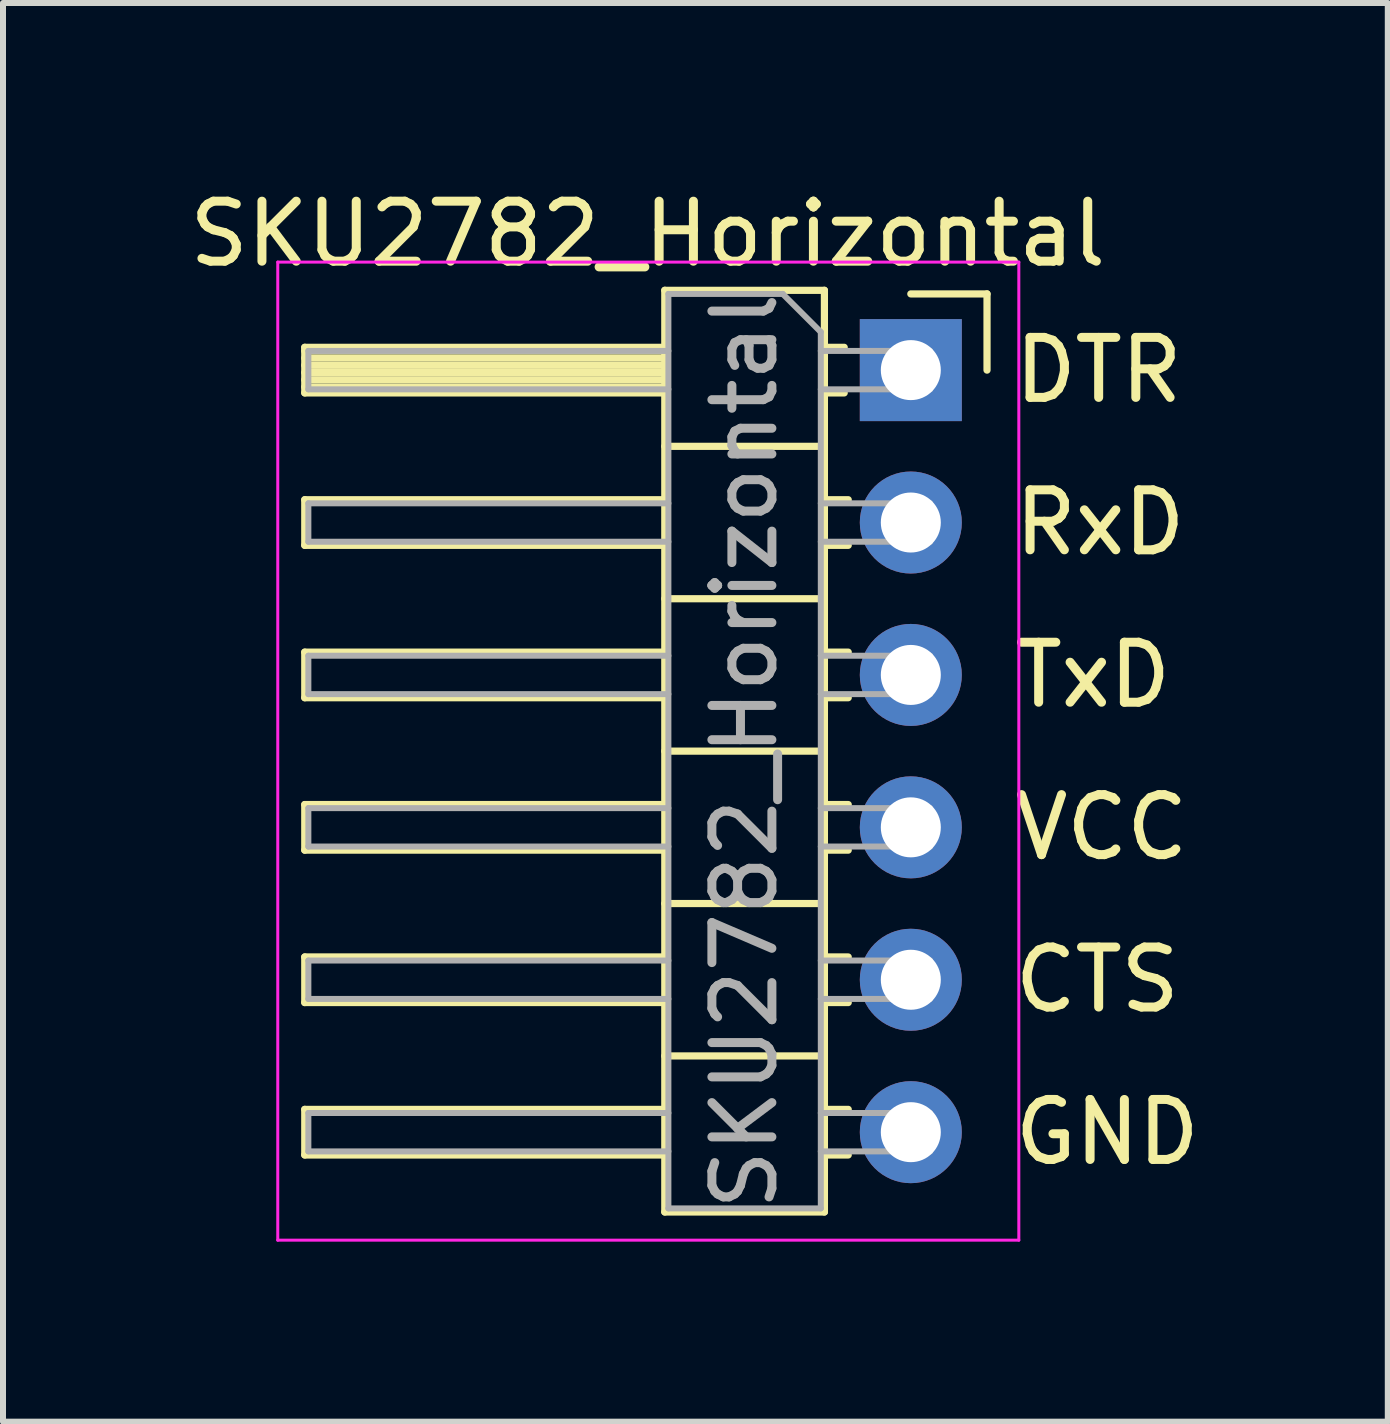
<source format=kicad_pcb>
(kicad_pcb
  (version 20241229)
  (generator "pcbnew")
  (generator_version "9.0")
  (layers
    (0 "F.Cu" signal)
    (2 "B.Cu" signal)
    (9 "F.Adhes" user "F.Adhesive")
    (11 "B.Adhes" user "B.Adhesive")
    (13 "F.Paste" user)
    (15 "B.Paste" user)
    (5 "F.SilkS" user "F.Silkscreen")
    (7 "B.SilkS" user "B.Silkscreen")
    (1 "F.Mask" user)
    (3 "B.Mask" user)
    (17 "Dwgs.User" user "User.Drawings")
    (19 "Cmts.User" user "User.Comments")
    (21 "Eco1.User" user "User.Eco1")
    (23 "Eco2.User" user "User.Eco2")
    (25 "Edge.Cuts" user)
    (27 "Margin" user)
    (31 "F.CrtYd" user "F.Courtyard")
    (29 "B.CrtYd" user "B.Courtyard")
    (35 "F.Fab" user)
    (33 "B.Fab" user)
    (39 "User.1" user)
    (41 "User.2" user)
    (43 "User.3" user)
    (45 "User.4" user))
  (footprint "SKU2782_Horizontal"
    (layer "F.Cu")
    (at 12.129 3.118)
    (property "Reference" "SKU2782_Horizontal" (at -4.385 -2.27 0) (layer "F.SilkS") (effects (font (size 1 1) (thickness 0.15))))
    (attr through_hole)
    (fp_line (start -10.1 -0.38) (end -10.1 0.38) (stroke (width 0.12) (type solid)) (layer "F.SilkS"))
    (fp_line (start -10.1 0.38) (end -4.1 0.38) (stroke (width 0.12) (type solid)) (layer "F.SilkS"))
    (fp_line (start -10.1 2.16) (end -10.1 2.92) (stroke (width 0.12) (type solid)) (layer "F.SilkS"))
    (fp_line (start -10.1 2.92) (end -4.1 2.92) (stroke (width 0.12) (type solid)) (layer "F.SilkS"))
    (fp_line (start -10.1 4.7) (end -10.1 5.46) (stroke (width 0.12) (type solid)) (layer "F.SilkS"))
    (fp_line (start -10.1 5.46) (end -4.1 5.46) (stroke (width 0.12) (type solid)) (layer "F.SilkS"))
    (fp_line (start -10.1 7.24) (end -10.1 8) (stroke (width 0.12) (type solid)) (layer "F.SilkS"))
    (fp_line (start -10.1 8) (end -4.1 8) (stroke (width 0.12) (type solid)) (layer "F.SilkS"))
    (fp_line (start -10.1 9.78) (end -10.1 10.54) (stroke (width 0.12) (type solid)) (layer "F.SilkS"))
    (fp_line (start -10.1 10.54) (end -4.1 10.54) (stroke (width 0.12) (type solid)) (layer "F.SilkS"))
    (fp_line (start -10.1 12.32) (end -10.1 13.08) (stroke (width 0.12) (type solid)) (layer "F.SilkS"))
    (fp_line (start -10.1 13.08) (end -4.1 13.08) (stroke (width 0.12) (type solid)) (layer "F.SilkS"))
    (fp_line (start -4.1 -1.33) (end -1.44 -1.33) (stroke (width 0.12) (type solid)) (layer "F.SilkS"))
    (fp_line (start -4.1 -0.38) (end -10.1 -0.38) (stroke (width 0.12) (type solid)) (layer "F.SilkS"))
    (fp_line (start -4.1 -0.32) (end -10.1 -0.32) (stroke (width 0.12) (type solid)) (layer "F.SilkS"))
    (fp_line (start -4.1 -0.2) (end -10.1 -0.2) (stroke (width 0.12) (type solid)) (layer "F.SilkS"))
    (fp_line (start -4.1 -0.08) (end -10.1 -0.08) (stroke (width 0.12) (type solid)) (layer "F.SilkS"))
    (fp_line (start -4.1 0.04) (end -10.1 0.04) (stroke (width 0.12) (type solid)) (layer "F.SilkS"))
    (fp_line (start -4.1 0.16) (end -10.1 0.16) (stroke (width 0.12) (type solid)) (layer "F.SilkS"))
    (fp_line (start -4.1 0.28) (end -10.1 0.28) (stroke (width 0.12) (type solid)) (layer "F.SilkS"))
    (fp_line (start -4.1 2.16) (end -10.1 2.16) (stroke (width 0.12) (type solid)) (layer "F.SilkS"))
    (fp_line (start -4.1 4.7) (end -10.1 4.7) (stroke (width 0.12) (type solid)) (layer "F.SilkS"))
    (fp_line (start -4.1 7.24) (end -10.1 7.24) (stroke (width 0.12) (type solid)) (layer "F.SilkS"))
    (fp_line (start -4.1 9.78) (end -10.1 9.78) (stroke (width 0.12) (type solid)) (layer "F.SilkS"))
    (fp_line (start -4.1 12.32) (end -10.1 12.32) (stroke (width 0.12) (type solid)) (layer "F.SilkS"))
    (fp_line (start -4.1 14.03) (end -4.1 -1.33) (stroke (width 0.12) (type solid)) (layer "F.SilkS"))
    (fp_line (start -1.44 -1.33) (end -1.44 14.03) (stroke (width 0.12) (type solid)) (layer "F.SilkS"))
    (fp_line (start -1.44 1.27) (end -4.1 1.27) (stroke (width 0.12) (type solid)) (layer "F.SilkS"))
    (fp_line (start -1.44 3.81) (end -4.1 3.81) (stroke (width 0.12) (type solid)) (layer "F.SilkS"))
    (fp_line (start -1.44 6.35) (end -4.1 6.35) (stroke (width 0.12) (type solid)) (layer "F.SilkS"))
    (fp_line (start -1.44 8.89) (end -4.1 8.89) (stroke (width 0.12) (type solid)) (layer "F.SilkS"))
    (fp_line (start -1.44 11.43) (end -4.1 11.43) (stroke (width 0.12) (type solid)) (layer "F.SilkS"))
    (fp_line (start -1.44 14.03) (end -4.1 14.03) (stroke (width 0.12) (type solid)) (layer "F.SilkS"))
    (fp_line (start -1.11 -0.38) (end -1.44 -0.38) (stroke (width 0.12) (type solid)) (layer "F.SilkS"))
    (fp_line (start -1.11 0.38) (end -1.44 0.38) (stroke (width 0.12) (type solid)) (layer "F.SilkS"))
    (fp_line (start -1.043 2.16) (end -1.44 2.16) (stroke (width 0.12) (type solid)) (layer "F.SilkS"))
    (fp_line (start -1.043 2.92) (end -1.44 2.92) (stroke (width 0.12) (type solid)) (layer "F.SilkS"))
    (fp_line (start -1.043 4.7) (end -1.44 4.7) (stroke (width 0.12) (type solid)) (layer "F.SilkS"))
    (fp_line (start -1.043 5.46) (end -1.44 5.46) (stroke (width 0.12) (type solid)) (layer "F.SilkS"))
    (fp_line (start -1.043 7.24) (end -1.44 7.24) (stroke (width 0.12) (type solid)) (layer "F.SilkS"))
    (fp_line (start -1.043 8) (end -1.44 8) (stroke (width 0.12) (type solid)) (layer "F.SilkS"))
    (fp_line (start -1.043 9.78) (end -1.44 9.78) (stroke (width 0.12) (type solid)) (layer "F.SilkS"))
    (fp_line (start -1.043 10.54) (end -1.44 10.54) (stroke (width 0.12) (type solid)) (layer "F.SilkS"))
    (fp_line (start -1.043 12.32) (end -1.44 12.32) (stroke (width 0.12) (type solid)) (layer "F.SilkS"))
    (fp_line (start -1.043 13.08) (end -1.44 13.08) (stroke (width 0.12) (type solid)) (layer "F.SilkS"))
    (fp_line (start 1.27 -1.27) (end 0 -1.27) (stroke (width 0.12) (type solid)) (layer "F.SilkS"))
    (fp_line (start 1.27 0) (end 1.27 -1.27) (stroke (width 0.12) (type solid)) (layer "F.SilkS"))
    (fp_line (start -10.55 -1.8) (end 1.8 -1.8) (stroke (width 0.05) (type solid)) (layer "F.CrtYd"))
    (fp_line (start -10.55 14.5) (end -10.55 -1.8) (stroke (width 0.05) (type solid)) (layer "F.CrtYd"))
    (fp_line (start 1.8 -1.8) (end 1.8 14.5) (stroke (width 0.05) (type solid)) (layer "F.CrtYd"))
    (fp_line (start 1.8 14.5) (end -10.55 14.5) (stroke (width 0.05) (type solid)) (layer "F.CrtYd"))
    (fp_line (start -10.04 -0.32) (end -10.04 0.32) (stroke (width 0.1) (type solid)) (layer "F.Fab"))
    (fp_line (start -10.04 2.22) (end -10.04 2.86) (stroke (width 0.1) (type solid)) (layer "F.Fab"))
    (fp_line (start -10.04 4.76) (end -10.04 5.4) (stroke (width 0.1) (type solid)) (layer "F.Fab"))
    (fp_line (start -10.04 7.3) (end -10.04 7.94) (stroke (width 0.1) (type solid)) (layer "F.Fab"))
    (fp_line (start -10.04 9.84) (end -10.04 10.48) (stroke (width 0.1) (type solid)) (layer "F.Fab"))
    (fp_line (start -10.04 12.38) (end -10.04 13.02) (stroke (width 0.1) (type solid)) (layer "F.Fab"))
    (fp_line (start -4.04 -1.27) (end -4.04 13.97) (stroke (width 0.1) (type solid)) (layer "F.Fab"))
    (fp_line (start -4.04 -0.32) (end -10.04 -0.32) (stroke (width 0.1) (type solid)) (layer "F.Fab"))
    (fp_line (start -4.04 0.32) (end -10.04 0.32) (stroke (width 0.1) (type solid)) (layer "F.Fab"))
    (fp_line (start -4.04 2.22) (end -10.04 2.22) (stroke (width 0.1) (type solid)) (layer "F.Fab"))
    (fp_line (start -4.04 2.86) (end -10.04 2.86) (stroke (width 0.1) (type solid)) (layer "F.Fab"))
    (fp_line (start -4.04 4.76) (end -10.04 4.76) (stroke (width 0.1) (type solid)) (layer "F.Fab"))
    (fp_line (start -4.04 5.4) (end -10.04 5.4) (stroke (width 0.1) (type solid)) (layer "F.Fab"))
    (fp_line (start -4.04 7.3) (end -10.04 7.3) (stroke (width 0.1) (type solid)) (layer "F.Fab"))
    (fp_line (start -4.04 7.94) (end -10.04 7.94) (stroke (width 0.1) (type solid)) (layer "F.Fab"))
    (fp_line (start -4.04 9.84) (end -10.04 9.84) (stroke (width 0.1) (type solid)) (layer "F.Fab"))
    (fp_line (start -4.04 10.48) (end -10.04 10.48) (stroke (width 0.1) (type solid)) (layer "F.Fab"))
    (fp_line (start -4.04 12.38) (end -10.04 12.38) (stroke (width 0.1) (type solid)) (layer "F.Fab"))
    (fp_line (start -4.04 13.02) (end -10.04 13.02) (stroke (width 0.1) (type solid)) (layer "F.Fab"))
    (fp_line (start -4.04 13.97) (end -1.5 13.97) (stroke (width 0.1) (type solid)) (layer "F.Fab"))
    (fp_line (start -2.135 -1.27) (end -4.04 -1.27) (stroke (width 0.1) (type solid)) (layer "F.Fab"))
    (fp_line (start -1.5 -0.635) (end -2.135 -1.27) (stroke (width 0.1) (type solid)) (layer "F.Fab"))
    (fp_line (start -1.5 13.97) (end -1.5 -0.635) (stroke (width 0.1) (type solid)) (layer "F.Fab"))
    (fp_line (start 0.32 -0.32) (end -1.5 -0.32) (stroke (width 0.1) (type solid)) (layer "F.Fab"))
    (fp_line (start 0.32 -0.32) (end 0.32 0.32) (stroke (width 0.1) (type solid)) (layer "F.Fab"))
    (fp_line (start 0.32 0.32) (end -1.5 0.32) (stroke (width 0.1) (type solid)) (layer "F.Fab"))
    (fp_line (start 0.32 2.22) (end -1.5 2.22) (stroke (width 0.1) (type solid)) (layer "F.Fab"))
    (fp_line (start 0.32 2.22) (end 0.32 2.86) (stroke (width 0.1) (type solid)) (layer "F.Fab"))
    (fp_line (start 0.32 2.86) (end -1.5 2.86) (stroke (width 0.1) (type solid)) (layer "F.Fab"))
    (fp_line (start 0.32 4.76) (end -1.5 4.76) (stroke (width 0.1) (type solid)) (layer "F.Fab"))
    (fp_line (start 0.32 4.76) (end 0.32 5.4) (stroke (width 0.1) (type solid)) (layer "F.Fab"))
    (fp_line (start 0.32 5.4) (end -1.5 5.4) (stroke (width 0.1) (type solid)) (layer "F.Fab"))
    (fp_line (start 0.32 7.3) (end -1.5 7.3) (stroke (width 0.1) (type solid)) (layer "F.Fab"))
    (fp_line (start 0.32 7.3) (end 0.32 7.94) (stroke (width 0.1) (type solid)) (layer "F.Fab"))
    (fp_line (start 0.32 7.94) (end -1.5 7.94) (stroke (width 0.1) (type solid)) (layer "F.Fab"))
    (fp_line (start 0.32 9.84) (end -1.5 9.84) (stroke (width 0.1) (type solid)) (layer "F.Fab"))
    (fp_line (start 0.32 9.84) (end 0.32 10.48) (stroke (width 0.1) (type solid)) (layer "F.Fab"))
    (fp_line (start 0.32 10.48) (end -1.5 10.48) (stroke (width 0.1) (type solid)) (layer "F.Fab"))
    (fp_line (start 0.32 12.38) (end -1.5 12.38) (stroke (width 0.1) (type solid)) (layer "F.Fab"))
    (fp_line (start 0.32 12.38) (end 0.32 13.02) (stroke (width 0.1) (type solid)) (layer "F.Fab"))
    (fp_line (start 0.32 13.02) (end -1.5 13.02) (stroke (width 0.1) (type solid)) (layer "F.Fab"))
    (fp_text user "VCC" (at 1.651 7.62 0) (unlocked yes) (layer "F.SilkS") (effects (font (size 1 1) (thickness 0.15)) (justify left)))
    (fp_text user "GND" (at 1.651 12.7 0) (unlocked yes) (layer "F.SilkS") (effects (font (size 1 1) (thickness 0.15)) (justify left)))
    (fp_text user "DTR" (at 1.651 0 0) (unlocked yes) (layer "F.SilkS") (effects (font (size 1 1) (thickness 0.15)) (justify left)))
    (fp_text user "CTS" (at 1.651 10.16 0) (unlocked yes) (layer "F.SilkS") (effects (font (size 1 1) (thickness 0.15)) (justify left)))
    (fp_text user "TxD" (at 1.651 5.08 0) (unlocked yes) (layer "F.SilkS") (effects (font (size 1 1) (thickness 0.15)) (justify left)))
    (fp_text user "RxD" (at 1.651 2.54 0) (unlocked yes) (layer "F.SilkS") (effects (font (size 1 1) (thickness 0.15)) (justify left)))
    (fp_text user "${REFERENCE}" (at -2.77 6.35 90) (layer "F.Fab") (effects (font (size 1 1) (thickness 0.15))))
    (pad "1" thru_hole rect (at 0 0) (size 1.7 1.7) (drill 1) (layers "*.Cu" "*.Mask"))
    (pad "2" thru_hole oval (at 0 2.54) (size 1.7 1.7) (drill 1) (layers "*.Cu" "*.Mask"))
    (pad "3" thru_hole oval (at 0 5.08) (size 1.7 1.7) (drill 1) (layers "*.Cu" "*.Mask"))
    (pad "4" thru_hole oval (at 0 7.62) (size 1.7 1.7) (drill 1) (layers "*.Cu" "*.Mask"))
    (pad "5" thru_hole oval (at 0 10.16) (size 1.7 1.7) (drill 1) (layers "*.Cu" "*.Mask"))
    (pad "6" thru_hole oval (at 0 12.7) (size 1.7 1.7) (drill 1) (layers "*.Cu" "*.Mask")))
  (gr_rect
    (start -3 -3)
    (end 20.078 20.643)
    (stroke (width 0.1) (type default))
    (fill no)
    (layer "Edge.Cuts")))
</source>
